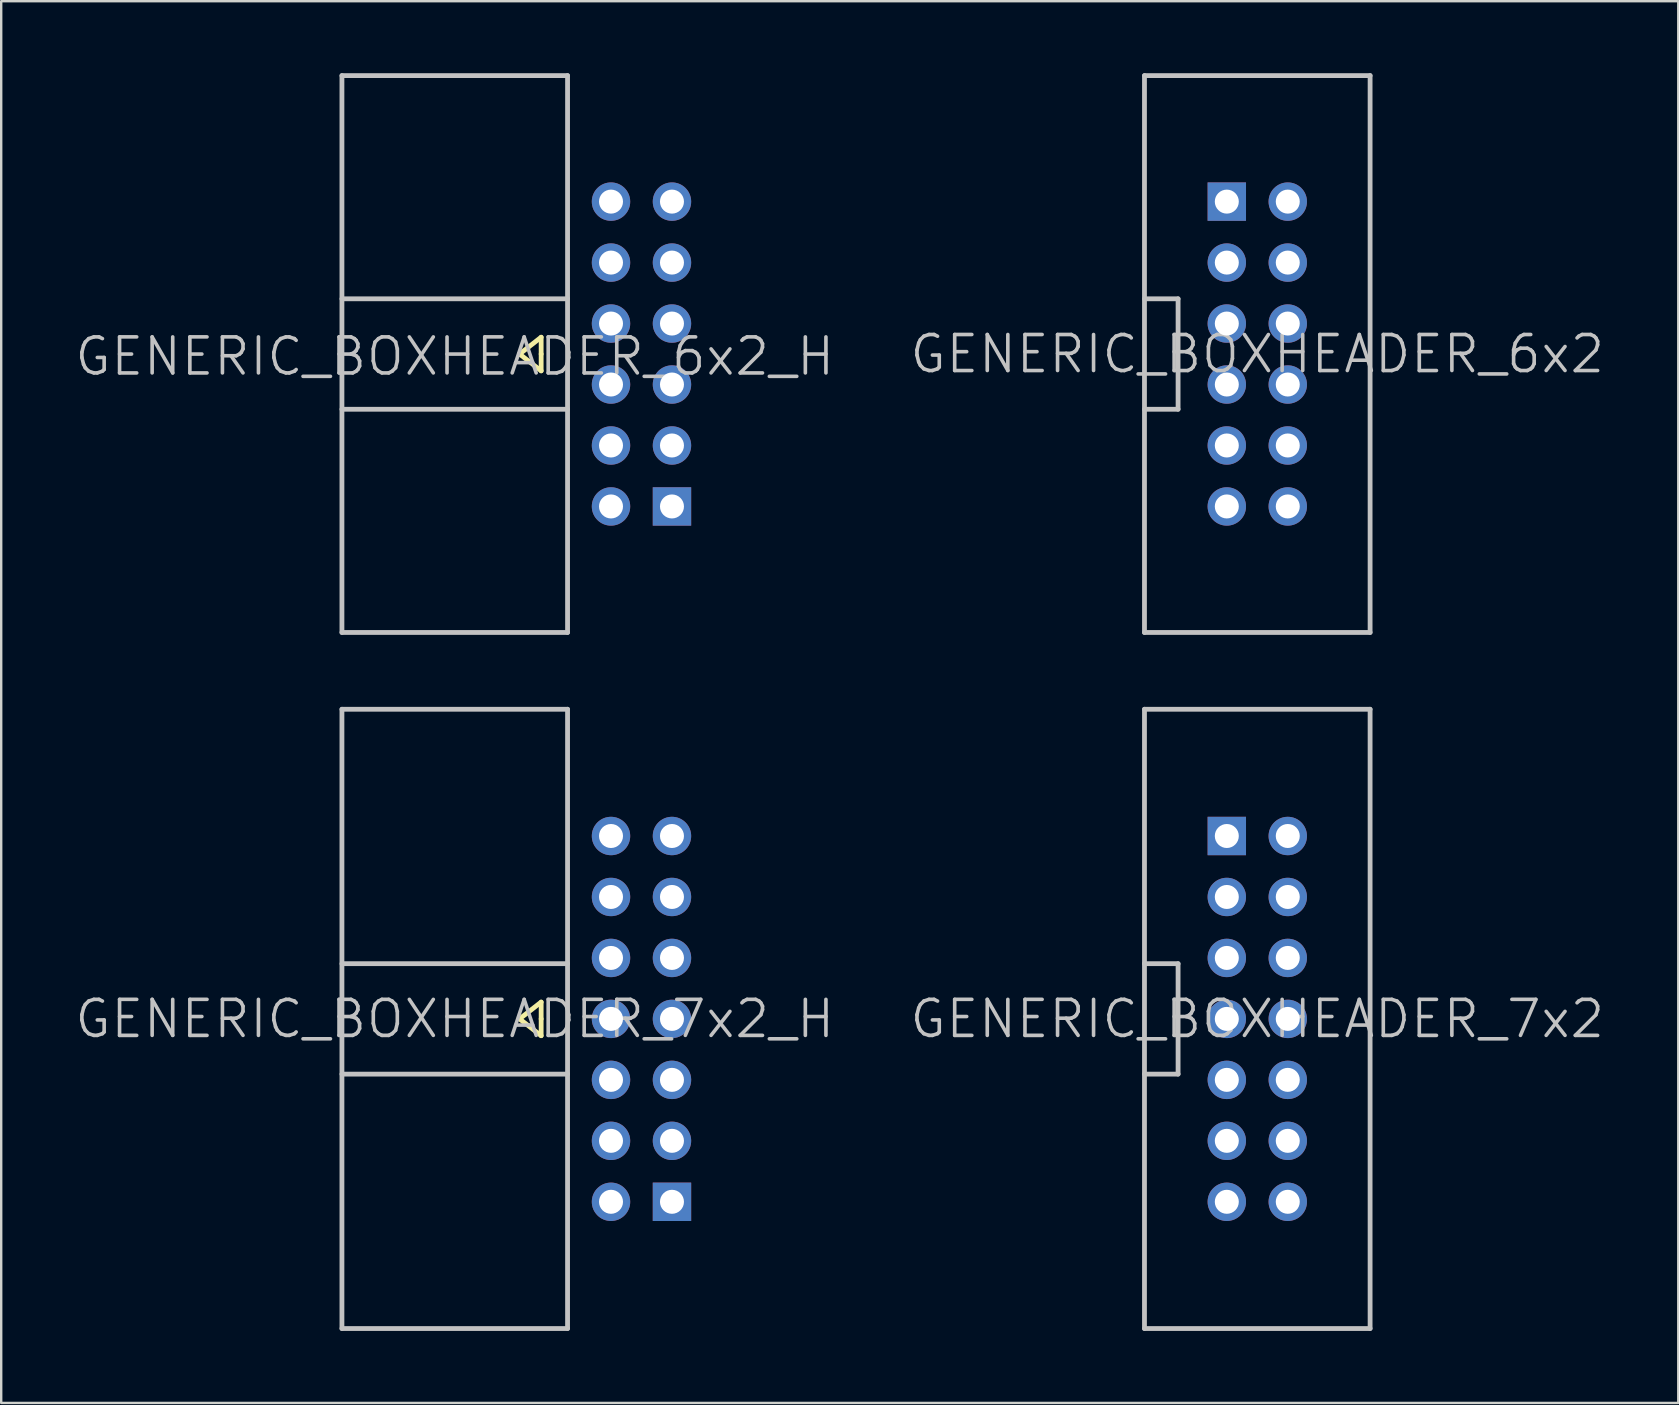
<source format=kicad_pcb>
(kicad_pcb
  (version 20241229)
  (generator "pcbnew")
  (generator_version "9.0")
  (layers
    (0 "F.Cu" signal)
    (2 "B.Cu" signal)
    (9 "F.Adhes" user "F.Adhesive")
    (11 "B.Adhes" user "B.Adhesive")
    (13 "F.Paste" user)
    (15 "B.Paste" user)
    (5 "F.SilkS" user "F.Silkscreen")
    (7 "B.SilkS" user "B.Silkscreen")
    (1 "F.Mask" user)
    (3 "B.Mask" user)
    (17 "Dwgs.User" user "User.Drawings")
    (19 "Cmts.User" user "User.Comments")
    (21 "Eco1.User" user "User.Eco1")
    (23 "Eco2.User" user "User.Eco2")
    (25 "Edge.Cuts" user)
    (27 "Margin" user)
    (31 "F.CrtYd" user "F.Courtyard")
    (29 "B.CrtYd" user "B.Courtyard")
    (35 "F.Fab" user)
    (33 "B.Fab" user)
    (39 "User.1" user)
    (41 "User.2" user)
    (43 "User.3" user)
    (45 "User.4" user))
  (footprint "GENERIC_BOXHEADER_6x2_H"
    (layer "F.Cu")
    (at 18.596 11.7)
    (property "Reference" "GENERIC_BOXHEADER_6x2_H" (at -2.7 0.1 0) (layer "Dwgs.User") (effects (font (size 1.5 1.5) (thickness 0.15))))
    (attr through_hole)
    (fp_line (start 0 0) (end 0.9 0.7) (stroke (width 0.2) (type solid)) (layer "F.SilkS"))
    (fp_line (start 0.9 -0.7) (end 0 0) (stroke (width 0.2) (type solid)) (layer "F.SilkS"))
    (fp_line (start 0.9 0) (end 0.9 -0.7) (stroke (width 0.2) (type solid)) (layer "F.SilkS"))
    (fp_line (start 0.9 0.7) (end 0.9 0) (stroke (width 0.2) (type solid)) (layer "F.SilkS"))
    (fp_line (start -7.4 -11.6) (end -7.4 11.6) (stroke (width 0.2) (type solid)) (layer "Dwgs.User"))
    (fp_line (start -7.4 -11.6) (end 2 -11.6) (stroke (width 0.2) (type solid)) (layer "Dwgs.User"))
    (fp_line (start -7.4 -2.3) (end 2 -2.3) (stroke (width 0.2) (type solid)) (layer "Dwgs.User"))
    (fp_line (start -7.4 2.3) (end 2 2.3) (stroke (width 0.2) (type solid)) (layer "Dwgs.User"))
    (fp_line (start -7.4 11.6) (end 2 11.6) (stroke (width 0.2) (type solid)) (layer "Dwgs.User"))
    (fp_line (start 2 11.6) (end 2 -11.6) (stroke (width 0.2) (type solid)) (layer "Dwgs.User"))
    (pad "1" thru_hole rect (at 6.35 6.35) (size 1.6 1.6) (drill 1) (layers "*.Cu" "*.Mask"))
    (pad "2" thru_hole circle (at 3.81 6.35 90) (size 1.6 1.6) (drill 1) (layers "*.Cu" "*.Mask"))
    (pad "3" thru_hole circle (at 6.35 3.81 90) (size 1.6 1.6) (drill 1) (layers "*.Cu" "*.Mask"))
    (pad "4" thru_hole circle (at 3.81 3.81 90) (size 1.6 1.6) (drill 1) (layers "*.Cu" "*.Mask"))
    (pad "5" thru_hole circle (at 6.35 1.27 90) (size 1.6 1.6) (drill 1) (layers "*.Cu" "*.Mask"))
    (pad "6" thru_hole circle (at 3.81 1.27 90) (size 1.6 1.6) (drill 1) (layers "*.Cu" "*.Mask"))
    (pad "7" thru_hole circle (at 6.35 -1.27 90) (size 1.6 1.6) (drill 1) (layers "*.Cu" "*.Mask"))
    (pad "8" thru_hole circle (at 3.81 -1.27 90) (size 1.6 1.6) (drill 1) (layers "*.Cu" "*.Mask"))
    (pad "9" thru_hole circle (at 6.35 -3.81 90) (size 1.6 1.6) (drill 1) (layers "*.Cu" "*.Mask"))
    (pad "10" thru_hole circle (at 3.81 -3.81 90) (size 1.6 1.6) (drill 1) (layers "*.Cu" "*.Mask"))
    (pad "11" thru_hole circle (at 6.35 -6.35 90) (size 1.6 1.6) (drill 1) (layers "*.Cu" "*.Mask"))
    (pad "12" thru_hole circle (at 3.81 -6.35 90) (size 1.6 1.6) (drill 1) (layers "*.Cu" "*.Mask")))
  (footprint "GENERIC_BOXHEADER_7x2"
    (layer "F.Cu")
    (at 49.332 39.4)
    (property "Reference" "GENERIC_BOXHEADER_7x2" (at 0 0 180) (layer "Dwgs.User") (effects (font (size 1.5 1.5) (thickness 0.15))))
    (attr through_hole)
    (fp_line (start -4.7 -12.9) (end -4.7 12.9) (stroke (width 0.2) (type solid)) (layer "Dwgs.User"))
    (fp_line (start -4.7 2.3) (end -3.3 2.3) (stroke (width 0.2) (type solid)) (layer "Dwgs.User"))
    (fp_line (start -3.3 -2.3) (end -4.7 -2.3) (stroke (width 0.2) (type solid)) (layer "Dwgs.User"))
    (fp_line (start -3.3 2.3) (end -3.3 -2.3) (stroke (width 0.2) (type solid)) (layer "Dwgs.User"))
    (fp_line (start 4.7 -12.9) (end -4.7 -12.9) (stroke (width 0.2) (type solid)) (layer "Dwgs.User"))
    (fp_line (start 4.7 12.9) (end -4.7 12.9) (stroke (width 0.2) (type solid)) (layer "Dwgs.User"))
    (fp_line (start 4.7 12.9) (end 4.7 -12.9) (stroke (width 0.2) (type solid)) (layer "Dwgs.User"))
    (pad "1" thru_hole rect (at -1.27 -7.62) (size 1.6 1.6) (drill 1) (layers "*.Cu" "*.Mask"))
    (pad "2" thru_hole circle (at 1.27 -7.62 270) (size 1.6 1.6) (drill 1) (layers "*.Cu" "*.Mask"))
    (pad "3" thru_hole circle (at -1.27 -5.08 270) (size 1.6 1.6) (drill 1) (layers "*.Cu" "*.Mask"))
    (pad "4" thru_hole circle (at 1.27 -5.08 270) (size 1.6 1.6) (drill 1) (layers "*.Cu" "*.Mask"))
    (pad "5" thru_hole circle (at -1.27 -2.54 270) (size 1.6 1.6) (drill 1) (layers "*.Cu" "*.Mask"))
    (pad "6" thru_hole circle (at 1.27 -2.54 270) (size 1.6 1.6) (drill 1) (layers "*.Cu" "*.Mask"))
    (pad "7" thru_hole circle (at -1.27 0 270) (size 1.6 1.6) (drill 1) (layers "*.Cu" "*.Mask"))
    (pad "8" thru_hole circle (at 1.27 0 270) (size 1.6 1.6) (drill 1) (layers "*.Cu" "*.Mask"))
    (pad "9" thru_hole circle (at -1.27 2.54 270) (size 1.6 1.6) (drill 1) (layers "*.Cu" "*.Mask"))
    (pad "10" thru_hole circle (at 1.27 2.54 270) (size 1.6 1.6) (drill 1) (layers "*.Cu" "*.Mask"))
    (pad "11" thru_hole circle (at -1.27 5.08 270) (size 1.6 1.6) (drill 1) (layers "*.Cu" "*.Mask"))
    (pad "12" thru_hole circle (at 1.27 5.08 270) (size 1.6 1.6) (drill 1) (layers "*.Cu" "*.Mask"))
    (pad "13" thru_hole circle (at -1.27 7.62 270) (size 1.6 1.6) (drill 1) (layers "*.Cu" "*.Mask"))
    (pad "14" thru_hole circle (at 1.27 7.62 270) (size 1.6 1.6) (drill 1) (layers "*.Cu" "*.Mask")))
  (footprint "GENERIC_BOXHEADER_6x2"
    (layer "F.Cu")
    (at 49.332 11.7)
    (property "Reference" "GENERIC_BOXHEADER_6x2" (at 0 0 180) (layer "Dwgs.User") (effects (font (size 1.5 1.5) (thickness 0.15))))
    (attr through_hole)
    (fp_line (start -4.7 -11.6) (end -4.7 11.6) (stroke (width 0.2) (type solid)) (layer "Dwgs.User"))
    (fp_line (start -4.7 2.3) (end -3.3 2.3) (stroke (width 0.2) (type solid)) (layer "Dwgs.User"))
    (fp_line (start -3.3 -2.3) (end -4.7 -2.3) (stroke (width 0.2) (type solid)) (layer "Dwgs.User"))
    (fp_line (start -3.3 2.3) (end -3.3 -2.3) (stroke (width 0.2) (type solid)) (layer "Dwgs.User"))
    (fp_line (start 4.7 -11.6) (end -4.7 -11.6) (stroke (width 0.2) (type solid)) (layer "Dwgs.User"))
    (fp_line (start 4.7 11.6) (end -4.7 11.6) (stroke (width 0.2) (type solid)) (layer "Dwgs.User"))
    (fp_line (start 4.7 11.6) (end 4.7 -11.6) (stroke (width 0.2) (type solid)) (layer "Dwgs.User"))
    (pad "1" thru_hole rect (at -1.27 -6.35) (size 1.6 1.6) (drill 1) (layers "*.Cu" "*.Mask"))
    (pad "2" thru_hole circle (at 1.27 -6.35 270) (size 1.6 1.6) (drill 1) (layers "*.Cu" "*.Mask"))
    (pad "3" thru_hole circle (at -1.27 -3.81 270) (size 1.6 1.6) (drill 1) (layers "*.Cu" "*.Mask"))
    (pad "4" thru_hole circle (at 1.27 -3.81 270) (size 1.6 1.6) (drill 1) (layers "*.Cu" "*.Mask"))
    (pad "5" thru_hole circle (at -1.27 -1.27 270) (size 1.6 1.6) (drill 1) (layers "*.Cu" "*.Mask"))
    (pad "6" thru_hole circle (at 1.27 -1.27 270) (size 1.6 1.6) (drill 1) (layers "*.Cu" "*.Mask"))
    (pad "7" thru_hole circle (at -1.27 1.27 270) (size 1.6 1.6) (drill 1) (layers "*.Cu" "*.Mask"))
    (pad "8" thru_hole circle (at 1.27 1.27 270) (size 1.6 1.6) (drill 1) (layers "*.Cu" "*.Mask"))
    (pad "9" thru_hole circle (at -1.27 3.81 270) (size 1.6 1.6) (drill 1) (layers "*.Cu" "*.Mask"))
    (pad "10" thru_hole circle (at 1.27 3.81 270) (size 1.6 1.6) (drill 1) (layers "*.Cu" "*.Mask"))
    (pad "11" thru_hole circle (at -1.27 6.35 270) (size 1.6 1.6) (drill 1) (layers "*.Cu" "*.Mask"))
    (pad "12" thru_hole circle (at 1.27 6.35 270) (size 1.6 1.6) (drill 1) (layers "*.Cu" "*.Mask")))
  (footprint "GENERIC_BOXHEADER_7x2_H"
    (layer "F.Cu")
    (at 18.596 39.4)
    (property "Reference" "GENERIC_BOXHEADER_7x2_H" (at -2.7 0 0) (layer "Dwgs.User") (effects (font (size 1.5 1.5) (thickness 0.15))))
    (attr through_hole)
    (fp_line (start 0 0) (end 0.9 0.7) (stroke (width 0.2) (type solid)) (layer "F.SilkS"))
    (fp_line (start 0.9 -0.7) (end 0 0) (stroke (width 0.2) (type solid)) (layer "F.SilkS"))
    (fp_line (start 0.9 0) (end 0.9 -0.7) (stroke (width 0.2) (type solid)) (layer "F.SilkS"))
    (fp_line (start 0.9 0.7) (end 0.9 0) (stroke (width 0.2) (type solid)) (layer "F.SilkS"))
    (fp_line (start -7.4 -12.9) (end -7.4 12.9) (stroke (width 0.2) (type solid)) (layer "Dwgs.User"))
    (fp_line (start -7.4 -12.9) (end 2 -12.9) (stroke (width 0.2) (type solid)) (layer "Dwgs.User"))
    (fp_line (start -7.4 -2.3) (end 2 -2.3) (stroke (width 0.2) (type solid)) (layer "Dwgs.User"))
    (fp_line (start -7.4 2.3) (end 2 2.3) (stroke (width 0.2) (type solid)) (layer "Dwgs.User"))
    (fp_line (start -7.4 12.9) (end 2 12.9) (stroke (width 0.2) (type solid)) (layer "Dwgs.User"))
    (fp_line (start 2 12.9) (end 2 -12.9) (stroke (width 0.2) (type solid)) (layer "Dwgs.User"))
    (pad "1" thru_hole rect (at 6.35 7.62) (size 1.6 1.6) (drill 1) (layers "*.Cu" "*.Mask"))
    (pad "2" thru_hole circle (at 3.81 7.62 90) (size 1.6 1.6) (drill 1) (layers "*.Cu" "*.Mask"))
    (pad "3" thru_hole circle (at 6.35 5.08 90) (size 1.6 1.6) (drill 1) (layers "*.Cu" "*.Mask"))
    (pad "4" thru_hole circle (at 3.81 5.08 90) (size 1.6 1.6) (drill 1) (layers "*.Cu" "*.Mask"))
    (pad "5" thru_hole circle (at 6.35 2.54 90) (size 1.6 1.6) (drill 1) (layers "*.Cu" "*.Mask"))
    (pad "6" thru_hole circle (at 3.81 2.54 90) (size 1.6 1.6) (drill 1) (layers "*.Cu" "*.Mask"))
    (pad "7" thru_hole circle (at 6.35 0 90) (size 1.6 1.6) (drill 1) (layers "*.Cu" "*.Mask"))
    (pad "8" thru_hole circle (at 3.81 0 90) (size 1.6 1.6) (drill 1) (layers "*.Cu" "*.Mask"))
    (pad "9" thru_hole circle (at 6.35 -2.54 90) (size 1.6 1.6) (drill 1) (layers "*.Cu" "*.Mask"))
    (pad "10" thru_hole circle (at 3.81 -2.54 90) (size 1.6 1.6) (drill 1) (layers "*.Cu" "*.Mask"))
    (pad "11" thru_hole circle (at 6.35 -5.08 90) (size 1.6 1.6) (drill 1) (layers "*.Cu" "*.Mask"))
    (pad "12" thru_hole circle (at 3.81 -5.08 90) (size 1.6 1.6) (drill 1) (layers "*.Cu" "*.Mask"))
    (pad "13" thru_hole circle (at 6.35 -7.62 90) (size 1.6 1.6) (drill 1) (layers "*.Cu" "*.Mask"))
    (pad "14" thru_hole circle (at 3.81 -7.62 90) (size 1.6 1.6) (drill 1) (layers "*.Cu" "*.Mask")))
  (gr_rect
    (start -3 -3)
    (end 66.871 55.4)
    (stroke (width 0.1) (type default))
    (fill no)
    (layer "Edge.Cuts")))
</source>
